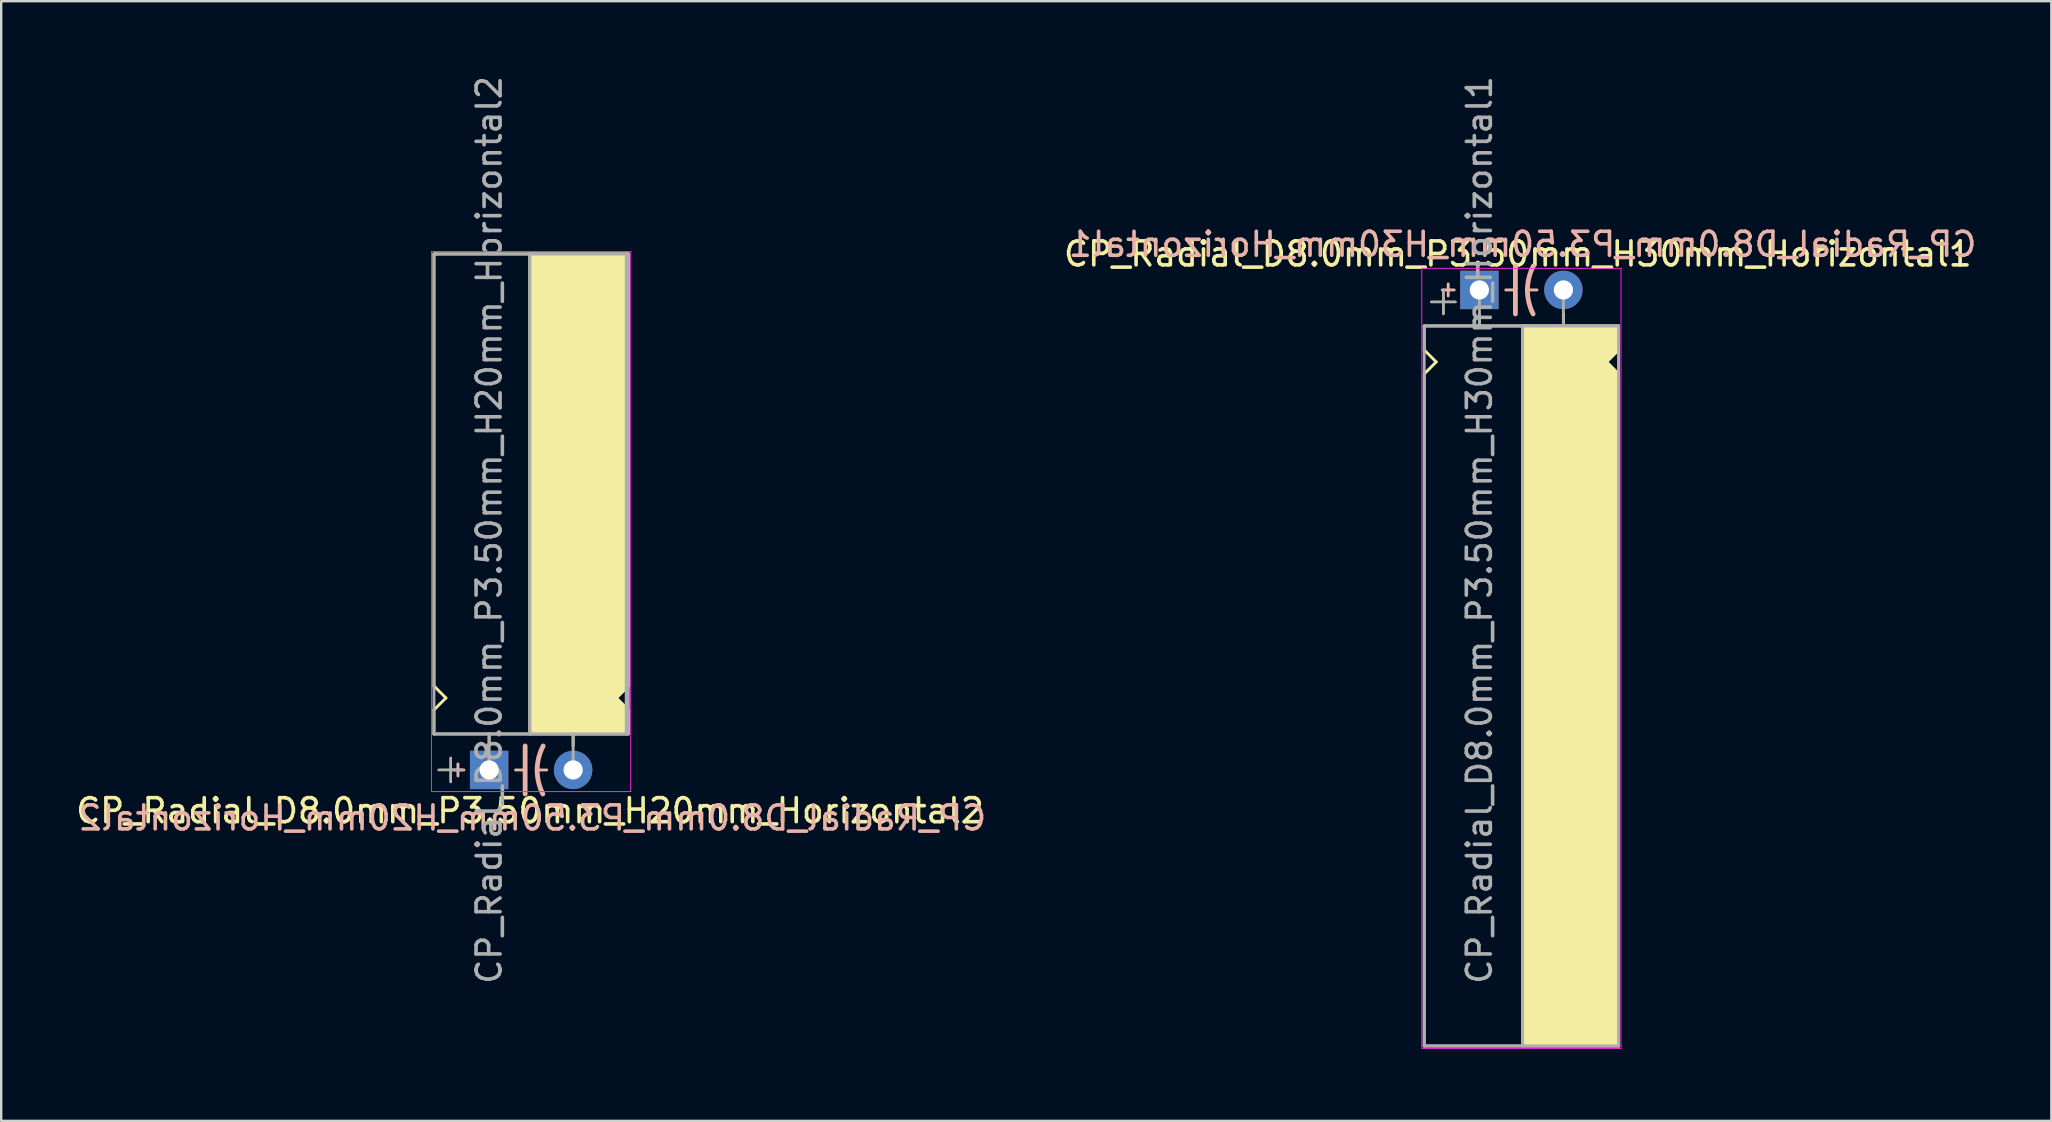
<source format=kicad_pcb>
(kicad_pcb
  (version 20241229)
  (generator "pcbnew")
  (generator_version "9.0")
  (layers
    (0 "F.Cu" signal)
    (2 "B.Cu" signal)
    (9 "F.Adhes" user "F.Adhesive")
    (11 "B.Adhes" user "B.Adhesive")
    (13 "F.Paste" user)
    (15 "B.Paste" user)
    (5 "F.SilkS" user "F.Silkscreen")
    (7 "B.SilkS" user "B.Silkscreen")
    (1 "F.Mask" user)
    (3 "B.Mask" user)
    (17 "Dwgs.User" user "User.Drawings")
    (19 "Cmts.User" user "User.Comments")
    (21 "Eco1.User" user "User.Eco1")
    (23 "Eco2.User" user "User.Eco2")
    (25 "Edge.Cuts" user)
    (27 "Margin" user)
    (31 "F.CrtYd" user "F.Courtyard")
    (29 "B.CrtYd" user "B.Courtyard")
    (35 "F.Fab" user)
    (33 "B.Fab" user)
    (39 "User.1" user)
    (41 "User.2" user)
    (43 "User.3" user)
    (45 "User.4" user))
  (footprint "CP_Radial_D8.0mm_P3.50mm_H30mm_Horizontal1"
    (layer "F.Cu")
    (at 58.589 9.03)
    (property "Reference" "CP_Radial_D8.0mm_P3.50mm_H30mm_Horizontal1" (at 1.6 -1.5 0) (layer "F.SilkS") (effects (font (size 1 1) (thickness 0.15))))
    (fp_line (start -2.3 1.5) (end 5.8 1.5) (stroke (width 0.12) (type solid)) (layer "F.SilkS"))
    (fp_line (start -2.3 2.5) (end -2.3 1.5) (stroke (width 0.12) (type solid)) (layer "F.SilkS"))
    (fp_line (start -2.3 3.5) (end -2.3 31.5) (stroke (width 0.12) (type solid)) (layer "F.SilkS"))
    (fp_line (start -2.3 3.5) (end -1.8 3) (stroke (width 0.12) (type solid)) (layer "F.SilkS"))
    (fp_line (start -2.3 31.5) (end 5.8 31.5) (stroke (width 0.12) (type solid)) (layer "F.SilkS"))
    (fp_line (start -2 0.5) (end -1 0.5) (stroke (width 0.1) (type solid)) (layer "F.SilkS"))
    (fp_line (start -1.8 3) (end -2.3 2.5) (stroke (width 0.12) (type solid)) (layer "F.SilkS"))
    (fp_line (start -1.5 1) (end -1.5 0) (stroke (width 0.1) (type solid)) (layer "F.SilkS"))
    (fp_line (start 0 1) (end 0 1.5) (stroke (width 0.12) (type solid)) (layer "F.SilkS"))
    (fp_line (start 1.8 31.5) (end 1.8 1.5) (stroke (width 0.12) (type solid)) (layer "F.SilkS"))
    (fp_line (start 3.5 1) (end 3.5 1.5) (stroke (width 0.12) (type solid)) (layer "F.SilkS"))
    (fp_line (start 5.3 3) (end 5.8 2.5) (stroke (width 0.12) (type solid)) (layer "F.SilkS"))
    (fp_line (start 5.8 2.5) (end 5.8 1.5) (stroke (width 0.12) (type solid)) (layer "F.SilkS"))
    (fp_line (start 5.8 3.5) (end 5.3 3) (stroke (width 0.12) (type solid)) (layer "F.SilkS"))
    (fp_line (start 5.8 11.5) (end 5.8 3.5) (stroke (width 0.12) (type solid)) (layer "F.SilkS"))
    (fp_line (start 5.8 11.5) (end 5.8 31.5) (stroke (width 0.12) (type solid)) (layer "F.SilkS"))
    (fp_line (start 5.8 21.5) (end 5.7 21.5) (stroke (width 0.12) (type solid)) (layer "F.SilkS"))
    (fp_poly (pts (xy 5.8 2.5) (xy 5.3 3) (xy 5.8 3.5) (xy 5.8 31.5) (xy 1.8 31.5) (xy 1.8 1.5) (xy 5.8 1.5)) (stroke (width 0.1) (type solid)) (fill yes) (layer "F.SilkS"))
    (fp_line (start -1.3 -0.25) (end -1.3 0.25) (stroke (width 0.12) (type solid)) (layer "B.SilkS"))
    (fp_line (start -1.05 0) (end -1.55 0) (stroke (width 0.12) (type solid)) (layer "B.SilkS"))
    (fp_line (start 1.1 0) (end 1.5 0) (stroke (width 0.12) (type solid)) (layer "B.SilkS"))
    (fp_line (start 1.5 1) (end 1.5 -1) (stroke (width 0.2) (type solid)) (layer "B.SilkS"))
    (fp_line (start 2.4 0) (end 2 0) (stroke (width 0.12) (type solid)) (layer "B.SilkS"))
    (fp_arc (start 2 0) (mid 2.066707 -0.514573) (end 2.25 -1) (stroke (width 0.2) (type solid)) (layer "B.SilkS"))
    (fp_arc (start 2.237539 1) (mid 2.060247 0.513901) (end 2 0) (stroke (width 0.2) (type solid)) (layer "B.SilkS"))
    (fp_line (start -2.4 -0.9) (end 5.9 -0.9) (stroke (width 0.04) (type solid)) (layer "F.CrtYd"))
    (fp_line (start -2.4 1.5) (end -2.4 -0.9) (stroke (width 0.04) (type solid)) (layer "F.CrtYd"))
    (fp_line (start -2.4 31.6) (end -2.4 1.5) (stroke (width 0.04) (type solid)) (layer "F.CrtYd"))
    (fp_line (start 5.9 -0.9) (end 5.9 31.6) (stroke (width 0.04) (type solid)) (layer "F.CrtYd"))
    (fp_line (start 5.9 31.6) (end -2.4 31.6) (stroke (width 0.04) (type solid)) (layer "F.CrtYd"))
    (fp_line (start -2.3 1.5) (end 5.8 1.5) (stroke (width 0.12) (type solid)) (layer "F.Fab"))
    (fp_line (start -2.3 31.5) (end -2.3 1.5) (stroke (width 0.12) (type solid)) (layer "F.Fab"))
    (fp_line (start -2 0.5) (end -1 0.5) (stroke (width 0.1) (type solid)) (layer "F.Fab"))
    (fp_line (start -1.5 1) (end -1.5 0) (stroke (width 0.1) (type solid)) (layer "F.Fab"))
    (fp_line (start 0 1.5) (end 0 0) (stroke (width 0.12) (type solid)) (layer "F.Fab"))
    (fp_line (start 1.8 1.5) (end 1.8 31.5) (stroke (width 0.12) (type solid)) (layer "F.Fab"))
    (fp_line (start 3.5 1.5) (end 3.5 0) (stroke (width 0.12) (type solid)) (layer "F.Fab"))
    (fp_line (start 5.8 1.5) (end 5.8 31.5) (stroke (width 0.12) (type solid)) (layer "F.Fab"))
    (fp_line (start 5.8 31.5) (end -2.3 31.5) (stroke (width 0.12) (type solid)) (layer "F.Fab"))
    (fp_poly (pts (xy 5.8 31.5) (xy 1.8 31.5) (xy 1.8 1.5) (xy 5.8 1.5)) (stroke (width 0.1) (type solid)) (fill no) (layer "F.Fab"))
    (fp_text user "${REFERENCE}" (at 1.8 -1.9 0) (layer "B.SilkS") (effects (font (size 1 1) (thickness 0.15)) (justify mirror)))
    (fp_text user "${REFERENCE}" (at 0 10 90) (layer "F.Fab") (effects (font (size 1 1) (thickness 0.15))))
    (pad "1" thru_hole rect (at 0 0) (size 1.6 1.6) (drill 0.8) (layers "*.Cu" "*.Mask"))
    (pad "2" thru_hole circle (at 3.5 0) (size 1.6 1.6) (drill 0.8) (layers "*.Cu" "*.Mask")))
  (footprint "CP_Radial_D8.0mm_P3.50mm_H20mm_Horizontal2"
    (layer "F.Cu")
    (at 17.33 29.03)
    (property "Reference" "CP_Radial_D8.0mm_P3.50mm_H20mm_Horizontal2" (at 1.7 1.7 0) (layer "F.SilkS") (effects (font (size 1 1) (thickness 0.15))))
    (fp_line (start -2.3 -21.5) (end -2.2 -21.5) (stroke (width 0.12) (type solid)) (layer "F.SilkS"))
    (fp_line (start -2.3 -3.5) (end -2.3 -21.5) (stroke (width 0.12) (type solid)) (layer "F.SilkS"))
    (fp_line (start -2.3 -2.5) (end -1.8 -3) (stroke (width 0.12) (type solid)) (layer "F.SilkS"))
    (fp_line (start -2.3 -1.5) (end -2.3 -2.5) (stroke (width 0.12) (type solid)) (layer "F.SilkS"))
    (fp_line (start -2.1 0) (end -1.1 0) (stroke (width 0.1) (type solid)) (layer "F.SilkS"))
    (fp_line (start -1.8 -3) (end -2.3 -3.5) (stroke (width 0.12) (type solid)) (layer "F.SilkS"))
    (fp_line (start -1.6 0.5) (end -1.6 -0.5) (stroke (width 0.1) (type solid)) (layer "F.SilkS"))
    (fp_line (start 0 -1) (end 0 -1.5) (stroke (width 0.12) (type solid)) (layer "F.SilkS"))
    (fp_line (start 1.7 -21.5) (end 1.7 -1.5) (stroke (width 0.12) (type solid)) (layer "F.SilkS"))
    (fp_line (start 3.5 -1) (end 3.5 -1.5) (stroke (width 0.12) (type solid)) (layer "F.SilkS"))
    (fp_line (start 5.3 -3) (end 5.8 -3.5) (stroke (width 0.12) (type solid)) (layer "F.SilkS"))
    (fp_line (start 5.8 -21.5) (end -2.2 -21.5) (stroke (width 0.12) (type solid)) (layer "F.SilkS"))
    (fp_line (start 5.8 -3.5) (end 5.8 -21.5) (stroke (width 0.12) (type solid)) (layer "F.SilkS"))
    (fp_line (start 5.8 -2.5) (end 5.3 -3) (stroke (width 0.12) (type solid)) (layer "F.SilkS"))
    (fp_line (start 5.8 -1.5) (end -2.3 -1.5) (stroke (width 0.12) (type solid)) (layer "F.SilkS"))
    (fp_line (start 5.8 -1.5) (end 5.8 -2.5) (stroke (width 0.12) (type solid)) (layer "F.SilkS"))
    (fp_poly (pts (xy 5.8 -3.5) (xy 5.3 -3) (xy 5.8 -2.5) (xy 5.8 -1.5) (xy 1.7 -1.5) (xy 1.7 -21.5) (xy 5.8 -21.5)) (stroke (width 0.1) (type solid)) (fill yes) (layer "F.SilkS"))
    (fp_line (start -1.3 -0.25) (end -1.3 0.25) (stroke (width 0.12) (type solid)) (layer "B.SilkS"))
    (fp_line (start -1.05 0) (end -1.55 0) (stroke (width 0.12) (type solid)) (layer "B.SilkS"))
    (fp_line (start 1.1 0) (end 1.5 0) (stroke (width 0.12) (type solid)) (layer "B.SilkS"))
    (fp_line (start 1.5 1) (end 1.5 -1) (stroke (width 0.2) (type solid)) (layer "B.SilkS"))
    (fp_line (start 2.4 0) (end 2 0) (stroke (width 0.12) (type solid)) (layer "B.SilkS"))
    (fp_arc (start 2 0) (mid 2.066707 -0.514573) (end 2.25 -1) (stroke (width 0.2) (type solid)) (layer "B.SilkS"))
    (fp_arc (start 2.237539 1) (mid 2.060247 0.513901) (end 2 0) (stroke (width 0.2) (type solid)) (layer "B.SilkS"))
    (fp_line (start -2.4 -21.6) (end 5.9 -21.6) (stroke (width 0.04) (type solid)) (layer "F.CrtYd"))
    (fp_line (start -2.4 0.9) (end -2.4 -21.6) (stroke (width 0.04) (type solid)) (layer "F.CrtYd"))
    (fp_line (start -2.4 0.9) (end 5.9 0.9) (stroke (width 0.04) (type solid)) (layer "F.CrtYd"))
    (fp_line (start 5.9 -21.6) (end 5.9 -1.5) (stroke (width 0.04) (type solid)) (layer "F.CrtYd"))
    (fp_line (start 5.9 -1.5) (end 5.9 0.9) (stroke (width 0.04) (type solid)) (layer "F.CrtYd"))
    (fp_line (start -2.3 -21.5) (end 5.8 -21.5) (stroke (width 0.12) (type solid)) (layer "F.Fab"))
    (fp_line (start -2.3 -1.5) (end -2.3 -21.5) (stroke (width 0.12) (type solid)) (layer "F.Fab"))
    (fp_line (start -2.1 0) (end -1.1 0) (stroke (width 0.1) (type solid)) (layer "F.Fab"))
    (fp_line (start -1.6 0.5) (end -1.6 -0.5) (stroke (width 0.1) (type solid)) (layer "F.Fab"))
    (fp_line (start 0 -1.5) (end 0 0) (stroke (width 0.12) (type solid)) (layer "F.Fab"))
    (fp_line (start 1.7 -1.5) (end 1.7 -21.5) (stroke (width 0.12) (type solid)) (layer "F.Fab"))
    (fp_line (start 3.5 -1.5) (end 3.5 0) (stroke (width 0.12) (type solid)) (layer "F.Fab"))
    (fp_line (start 5.8 -21.5) (end 5.8 -1.5) (stroke (width 0.12) (type solid)) (layer "F.Fab"))
    (fp_line (start 5.8 -1.5) (end -2.3 -1.5) (stroke (width 0.12) (type solid)) (layer "F.Fab"))
    (fp_poly (pts (xy 1.7 -21.5) (xy 5.7 -21.5) (xy 5.7 -1.5) (xy 1.7 -1.5)) (stroke (width 0.1) (type solid)) (fill no) (layer "F.Fab"))
    (fp_text user "${REFERENCE}" (at 1.8 2 0) (layer "B.SilkS") (effects (font (size 1 1) (thickness 0.15)) (justify mirror)))
    (fp_text user "${REFERENCE}" (at 0 -10 90) (layer "F.Fab") (effects (font (size 1 1) (thickness 0.15))))
    (pad "1" thru_hole rect (at 0 0) (size 1.6 1.6) (drill 0.8) (layers "*.Cu" "*.Mask"))
    (pad "2" thru_hole circle (at 3.5 0) (size 1.6 1.6) (drill 0.8) (layers "*.Cu" "*.Mask")))
  (gr_rect
    (start -3 -3)
    (end 82.419 43.65)
    (stroke (width 0.1) (type default))
    (fill no)
    (layer "Edge.Cuts")))
</source>
